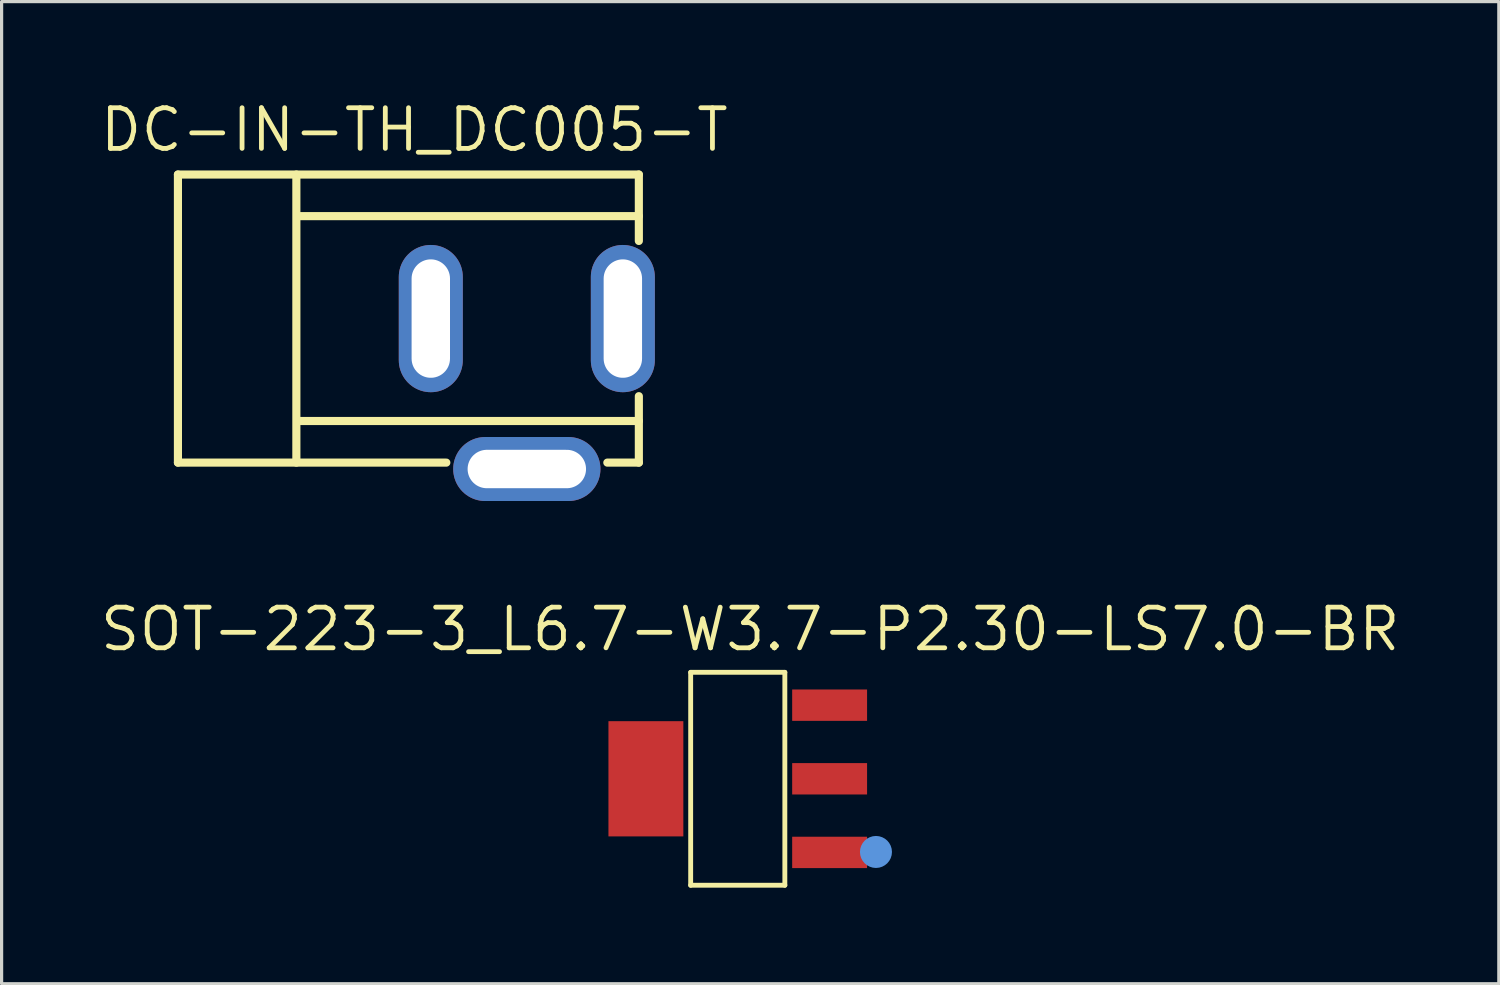
<source format=kicad_pcb>
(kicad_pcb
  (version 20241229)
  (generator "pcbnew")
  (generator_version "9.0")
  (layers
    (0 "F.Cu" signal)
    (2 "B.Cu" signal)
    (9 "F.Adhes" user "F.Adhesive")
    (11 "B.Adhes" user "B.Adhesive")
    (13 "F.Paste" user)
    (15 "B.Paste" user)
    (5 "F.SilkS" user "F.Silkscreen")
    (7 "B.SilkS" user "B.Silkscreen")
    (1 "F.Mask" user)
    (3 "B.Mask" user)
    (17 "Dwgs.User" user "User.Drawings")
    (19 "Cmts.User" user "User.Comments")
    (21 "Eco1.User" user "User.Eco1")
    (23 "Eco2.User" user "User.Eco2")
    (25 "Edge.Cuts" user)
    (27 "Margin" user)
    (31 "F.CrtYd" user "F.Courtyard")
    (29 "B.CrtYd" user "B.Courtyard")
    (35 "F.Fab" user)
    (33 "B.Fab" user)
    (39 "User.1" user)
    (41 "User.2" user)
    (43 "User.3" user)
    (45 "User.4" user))
  (footprint "SOT-223-3_L6.7-W3.7-P2.30-LS7.0-BR"
    (layer "F.Cu")
    (at 19.999 21.281)
    (property "Reference" "SOT-223-3_L6.7-W3.7-P2.30-LS7.0-BR" (at 0.389 -4.672 0) (layer "F.SilkS") (effects (font (size 1.27 1.27) (thickness 0.15))))
    (attr smd)
    (fp_line (start -1.471 -3.326) (end 1.471 -3.326) (stroke (width 0.152) (type solid)) (layer "F.SilkS"))
    (fp_line (start -1.471 3.326) (end -1.471 -3.326) (stroke (width 0.152) (type solid)) (layer "F.SilkS"))
    (fp_line (start 1.471 -3.326) (end 1.471 3.326) (stroke (width 0.152) (type solid)) (layer "F.SilkS"))
    (fp_line (start 1.471 3.326) (end -1.471 3.326) (stroke (width 0.152) (type solid)) (layer "F.SilkS"))
    (fp_circle (center 4.318 2.286) (end 4.568 2.286) (stroke (width 0.5) (type solid)) (fill no) (layer "Cmts.User"))
    (fp_text user "" (at 0 0 0) (layer "Cmts.User") (effects (font (size 1 1) (thickness 0.15))))
    (pad "1" smd rect (at 2.87 2.3) (size 2.34 0.98) (layers "F.Cu" "F.Mask" "F.Paste"))
    (pad "2" smd rect (at 2.87 0) (size 2.34 0.98) (layers "F.Cu" "F.Mask" "F.Paste"))
    (pad "3" smd rect (at 2.87 -2.3) (size 2.34 0.98) (layers "F.Cu" "F.Mask" "F.Paste"))
    (pad "4" smd rect (at -2.87 0) (size 2.34 3.6) (layers "F.Cu" "F.Mask" "F.Paste")))
  (footprint "DC-IN-TH_DC005-T"
    (layer "F.Cu")
    (at 13.409 9.253)
    (property "Reference" "DC-IN-TH_DC005-T" (at -3.514 -8.247 0) (layer "F.SilkS") (effects (font (size 1.27 1.27) (thickness 0.15))))
    (attr through_hole)
    (fp_line (start -10.9 -6.85) (end 3.5 -6.85) (stroke (width 0.254) (type solid)) (layer "F.SilkS"))
    (fp_line (start -10.9 2.15) (end -10.9 -6.85) (stroke (width 0.254) (type solid)) (layer "F.SilkS"))
    (fp_line (start -10.9 2.15) (end -2.515 2.15) (stroke (width 0.254) (type solid)) (layer "F.SilkS"))
    (fp_line (start -7.2 2.15) (end -7.2 -6.85) (stroke (width 0.254) (type solid)) (layer "F.SilkS"))
    (fp_line (start -7.12 -5.55) (end 3.5 -5.55) (stroke (width 0.254) (type solid)) (layer "F.SilkS"))
    (fp_line (start -7.12 0.85) (end 3.5 0.85) (stroke (width 0.254) (type solid)) (layer "F.SilkS"))
    (fp_line (start 2.515 2.15) (end 3.5 2.15) (stroke (width 0.254) (type solid)) (layer "F.SilkS"))
    (fp_line (start 3.5 -6.85) (end 3.5 -4.775) (stroke (width 0.254) (type solid)) (layer "F.SilkS"))
    (fp_line (start 3.5 0.074) (end 3.5 2.15) (stroke (width 0.254) (type solid)) (layer "F.SilkS"))
    (fp_text user "" (at 0 0 0) (layer "Cmts.User") (effects (font (size 1 1) (thickness 0.15))))
    (pad "1" thru_hole oval (at 3 -2.35) (size 2 4.6) (drill oval 1.2 3.7) (layers "*.Cu" "*.Paste" "*.Mask"))
    (pad "2" thru_hole oval (at -3 -2.35 180) (size 2 4.6) (drill oval 1.2 3.7) (layers "*.Cu" "*.Paste" "*.Mask"))
    (pad "3" thru_hole oval (at 0 2.35 270) (size 2 4.6) (drill oval 1.2 3.7) (layers "*.Cu" "*.Paste" "*.Mask")))
  (gr_rect
    (start -3 -3)
    (end 43.776 27.683)
    (stroke (width 0.1) (type default))
    (fill no)
    (layer "Edge.Cuts")))
</source>
